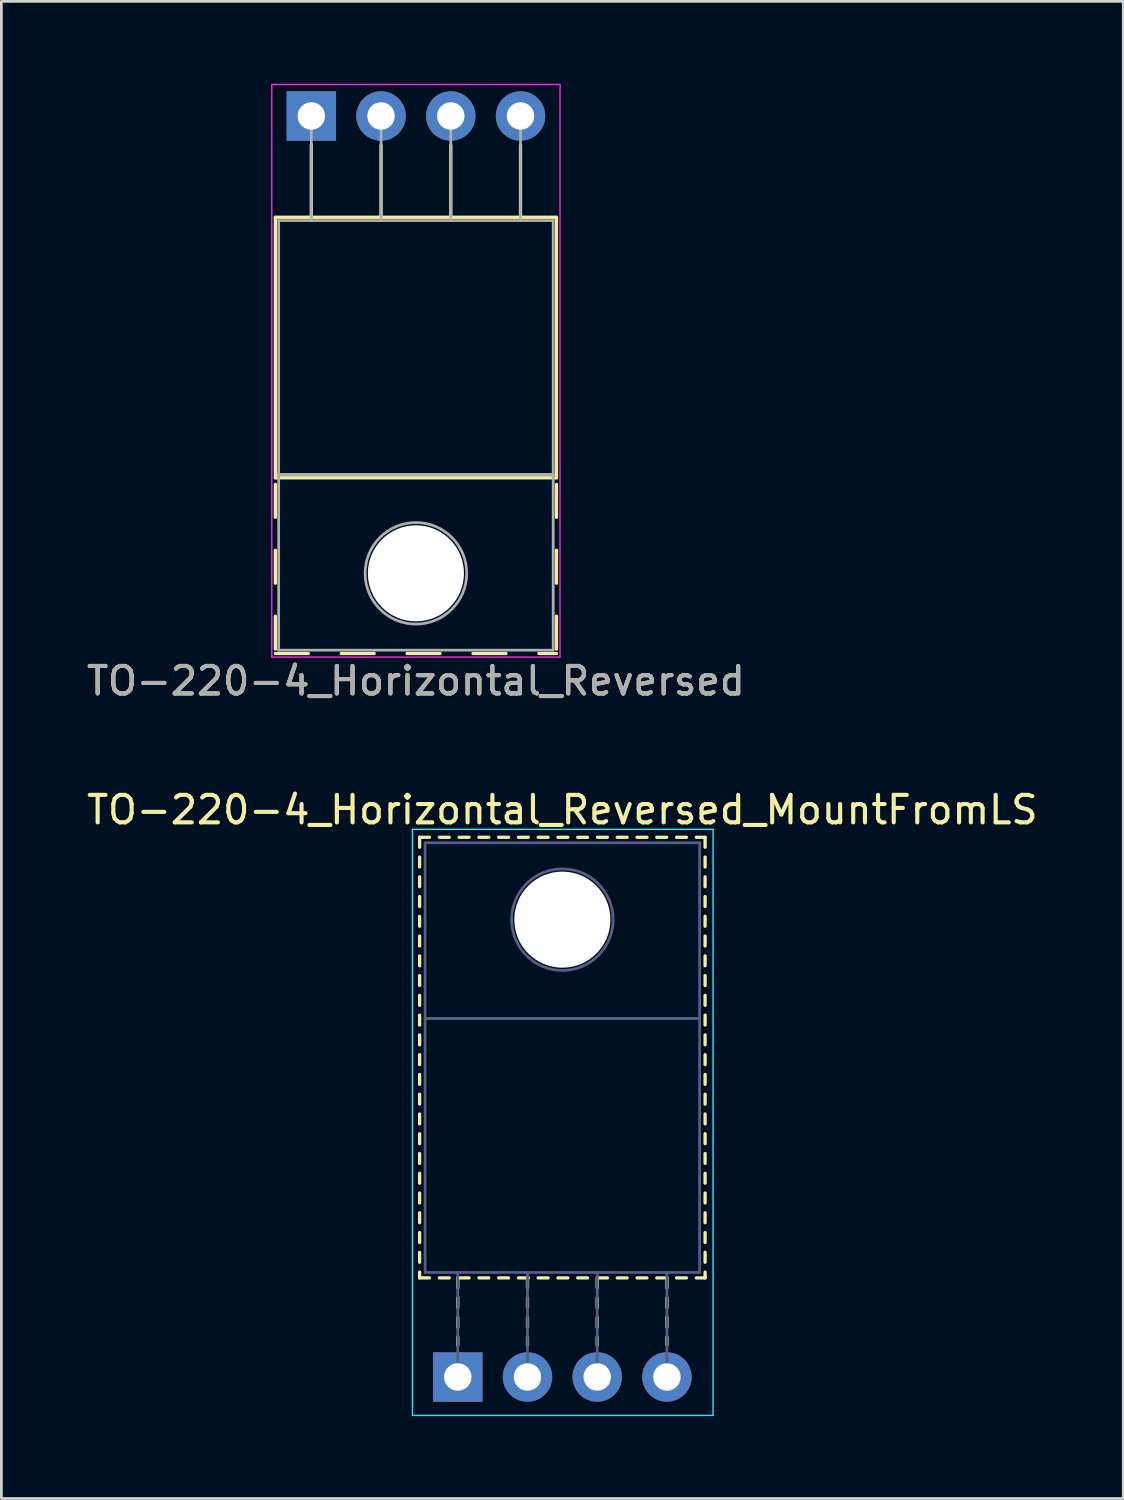
<source format=kicad_pcb>
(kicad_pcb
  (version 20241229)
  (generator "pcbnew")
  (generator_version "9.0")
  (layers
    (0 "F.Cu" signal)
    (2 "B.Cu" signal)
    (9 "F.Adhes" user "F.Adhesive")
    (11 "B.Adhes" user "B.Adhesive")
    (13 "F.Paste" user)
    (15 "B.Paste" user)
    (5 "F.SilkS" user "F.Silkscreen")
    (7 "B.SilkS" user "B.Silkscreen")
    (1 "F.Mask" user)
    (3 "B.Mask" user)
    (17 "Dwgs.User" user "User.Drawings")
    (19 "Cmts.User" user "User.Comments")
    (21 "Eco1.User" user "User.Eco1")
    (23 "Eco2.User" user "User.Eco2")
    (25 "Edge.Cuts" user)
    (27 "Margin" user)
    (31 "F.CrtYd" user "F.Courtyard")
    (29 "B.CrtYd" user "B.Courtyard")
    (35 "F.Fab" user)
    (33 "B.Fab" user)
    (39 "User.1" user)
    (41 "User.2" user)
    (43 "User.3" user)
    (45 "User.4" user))
  (footprint "TO-220-4_Horizontal_Reversed_MountFromLS"
    (layer "F.Cu")
    (at 13.625 47.111)
    (property "Reference" "TO-220-4_Horizontal_Reversed_MountFromLS" (at 3.81 -20.66 0) (layer "F.SilkS") (effects (font (size 1 1) (thickness 0.15))))
    (attr through_hole)
    (fp_line (start -1.39 -19.66) (end -1.39 -19.3) (stroke (width 0.12) (type solid)) (layer "F.SilkS"))
    (fp_line (start -1.39 -19.66) (end -1.03 -19.66) (stroke (width 0.12) (type solid)) (layer "F.SilkS"))
    (fp_line (start -1.39 -18.94) (end -1.39 -18.58) (stroke (width 0.12) (type solid)) (layer "F.SilkS"))
    (fp_line (start -1.39 -18.221) (end -1.39 -17.861) (stroke (width 0.12) (type solid)) (layer "F.SilkS"))
    (fp_line (start -1.39 -17.501) (end -1.39 -17.141) (stroke (width 0.12) (type solid)) (layer "F.SilkS"))
    (fp_line (start -1.39 -16.781) (end -1.39 -16.421) (stroke (width 0.12) (type solid)) (layer "F.SilkS"))
    (fp_line (start -1.39 -16.061) (end -1.39 -15.701) (stroke (width 0.12) (type solid)) (layer "F.SilkS"))
    (fp_line (start -1.39 -15.341) (end -1.39 -14.981) (stroke (width 0.12) (type solid)) (layer "F.SilkS"))
    (fp_line (start -1.39 -14.621) (end -1.39 -14.261) (stroke (width 0.12) (type solid)) (layer "F.SilkS"))
    (fp_line (start -1.39 -13.901) (end -1.39 -13.541) (stroke (width 0.12) (type solid)) (layer "F.SilkS"))
    (fp_line (start -1.39 -13.181) (end -1.39 -12.821) (stroke (width 0.12) (type solid)) (layer "F.SilkS"))
    (fp_line (start -1.39 -12.461) (end -1.39 -12.101) (stroke (width 0.12) (type solid)) (layer "F.SilkS"))
    (fp_line (start -1.39 -11.741) (end -1.39 -11.381) (stroke (width 0.12) (type solid)) (layer "F.SilkS"))
    (fp_line (start -1.39 -11.021) (end -1.39 -10.661) (stroke (width 0.12) (type solid)) (layer "F.SilkS"))
    (fp_line (start -1.39 -10.301) (end -1.39 -9.941) (stroke (width 0.12) (type solid)) (layer "F.SilkS"))
    (fp_line (start -1.39 -9.581) (end -1.39 -9.221) (stroke (width 0.12) (type solid)) (layer "F.SilkS"))
    (fp_line (start -1.39 -8.861) (end -1.39 -8.501) (stroke (width 0.12) (type solid)) (layer "F.SilkS"))
    (fp_line (start -1.39 -8.141) (end -1.39 -7.781) (stroke (width 0.12) (type solid)) (layer "F.SilkS"))
    (fp_line (start -1.39 -7.421) (end -1.39 -7.061) (stroke (width 0.12) (type solid)) (layer "F.SilkS"))
    (fp_line (start -1.39 -6.701) (end -1.39 -6.341) (stroke (width 0.12) (type solid)) (layer "F.SilkS"))
    (fp_line (start -1.39 -5.981) (end -1.39 -5.621) (stroke (width 0.12) (type solid)) (layer "F.SilkS"))
    (fp_line (start -1.39 -5.261) (end -1.39 -4.901) (stroke (width 0.12) (type solid)) (layer "F.SilkS"))
    (fp_line (start -1.39 -4.541) (end -1.39 -4.181) (stroke (width 0.12) (type solid)) (layer "F.SilkS"))
    (fp_line (start -1.39 -3.821) (end -1.39 -3.61) (stroke (width 0.12) (type solid)) (layer "F.SilkS"))
    (fp_line (start -1.39 -3.61) (end -1.03 -3.61) (stroke (width 0.12) (type solid)) (layer "F.SilkS"))
    (fp_line (start -0.67 -19.66) (end -0.31 -19.66) (stroke (width 0.12) (type solid)) (layer "F.SilkS"))
    (fp_line (start -0.67 -3.61) (end -0.31 -3.61) (stroke (width 0.12) (type solid)) (layer "F.SilkS"))
    (fp_line (start 0 -3.61) (end 0 -3.25) (stroke (width 0.12) (type solid)) (layer "F.SilkS"))
    (fp_line (start 0 -2.89) (end 0 -2.53) (stroke (width 0.12) (type solid)) (layer "F.SilkS"))
    (fp_line (start 0 -2.171) (end 0 -1.811) (stroke (width 0.12) (type solid)) (layer "F.SilkS"))
    (fp_line (start 0 -1.451) (end 0 -1.15) (stroke (width 0.12) (type solid)) (layer "F.SilkS"))
    (fp_line (start 0.051 -19.66) (end 0.411 -19.66) (stroke (width 0.12) (type solid)) (layer "F.SilkS"))
    (fp_line (start 0.051 -3.61) (end 0.411 -3.61) (stroke (width 0.12) (type solid)) (layer "F.SilkS"))
    (fp_line (start 0.771 -19.66) (end 1.13 -19.66) (stroke (width 0.12) (type solid)) (layer "F.SilkS"))
    (fp_line (start 0.771 -3.61) (end 1.13 -3.61) (stroke (width 0.12) (type solid)) (layer "F.SilkS"))
    (fp_line (start 1.491 -19.66) (end 1.85 -19.66) (stroke (width 0.12) (type solid)) (layer "F.SilkS"))
    (fp_line (start 1.491 -3.61) (end 1.85 -3.61) (stroke (width 0.12) (type solid)) (layer "F.SilkS"))
    (fp_line (start 2.21 -19.66) (end 2.57 -19.66) (stroke (width 0.12) (type solid)) (layer "F.SilkS"))
    (fp_line (start 2.21 -3.61) (end 2.57 -3.61) (stroke (width 0.12) (type solid)) (layer "F.SilkS"))
    (fp_line (start 2.54 -3.61) (end 2.54 -3.25) (stroke (width 0.12) (type solid)) (layer "F.SilkS"))
    (fp_line (start 2.54 -2.89) (end 2.54 -2.53) (stroke (width 0.12) (type solid)) (layer "F.SilkS"))
    (fp_line (start 2.54 -2.171) (end 2.54 -1.811) (stroke (width 0.12) (type solid)) (layer "F.SilkS"))
    (fp_line (start 2.54 -1.451) (end 2.54 -1.165) (stroke (width 0.12) (type solid)) (layer "F.SilkS"))
    (fp_line (start 2.93 -19.66) (end 3.29 -19.66) (stroke (width 0.12) (type solid)) (layer "F.SilkS"))
    (fp_line (start 2.93 -3.61) (end 3.29 -3.61) (stroke (width 0.12) (type solid)) (layer "F.SilkS"))
    (fp_line (start 3.65 -19.66) (end 4.01 -19.66) (stroke (width 0.12) (type solid)) (layer "F.SilkS"))
    (fp_line (start 3.65 -3.61) (end 4.01 -3.61) (stroke (width 0.12) (type solid)) (layer "F.SilkS"))
    (fp_line (start 4.37 -19.66) (end 4.73 -19.66) (stroke (width 0.12) (type solid)) (layer "F.SilkS"))
    (fp_line (start 4.37 -3.61) (end 4.73 -3.61) (stroke (width 0.12) (type solid)) (layer "F.SilkS"))
    (fp_line (start 5.08 -3.61) (end 5.08 -3.25) (stroke (width 0.12) (type solid)) (layer "F.SilkS"))
    (fp_line (start 5.08 -2.89) (end 5.08 -2.53) (stroke (width 0.12) (type solid)) (layer "F.SilkS"))
    (fp_line (start 5.08 -2.171) (end 5.08 -1.811) (stroke (width 0.12) (type solid)) (layer "F.SilkS"))
    (fp_line (start 5.08 -1.451) (end 5.08 -1.165) (stroke (width 0.12) (type solid)) (layer "F.SilkS"))
    (fp_line (start 5.091 -19.66) (end 5.451 -19.66) (stroke (width 0.12) (type solid)) (layer "F.SilkS"))
    (fp_line (start 5.091 -3.61) (end 5.451 -3.61) (stroke (width 0.12) (type solid)) (layer "F.SilkS"))
    (fp_line (start 5.811 -19.66) (end 6.171 -19.66) (stroke (width 0.12) (type solid)) (layer "F.SilkS"))
    (fp_line (start 5.811 -3.61) (end 6.171 -3.61) (stroke (width 0.12) (type solid)) (layer "F.SilkS"))
    (fp_line (start 6.531 -19.66) (end 6.891 -19.66) (stroke (width 0.12) (type solid)) (layer "F.SilkS"))
    (fp_line (start 6.531 -3.61) (end 6.891 -3.61) (stroke (width 0.12) (type solid)) (layer "F.SilkS"))
    (fp_line (start 7.251 -19.66) (end 7.611 -19.66) (stroke (width 0.12) (type solid)) (layer "F.SilkS"))
    (fp_line (start 7.251 -3.61) (end 7.611 -3.61) (stroke (width 0.12) (type solid)) (layer "F.SilkS"))
    (fp_line (start 7.62 -3.61) (end 7.62 -3.25) (stroke (width 0.12) (type solid)) (layer "F.SilkS"))
    (fp_line (start 7.62 -2.89) (end 7.62 -2.53) (stroke (width 0.12) (type solid)) (layer "F.SilkS"))
    (fp_line (start 7.62 -2.171) (end 7.62 -1.811) (stroke (width 0.12) (type solid)) (layer "F.SilkS"))
    (fp_line (start 7.62 -1.451) (end 7.62 -1.165) (stroke (width 0.12) (type solid)) (layer "F.SilkS"))
    (fp_line (start 7.971 -19.66) (end 8.331 -19.66) (stroke (width 0.12) (type solid)) (layer "F.SilkS"))
    (fp_line (start 7.971 -3.61) (end 8.331 -3.61) (stroke (width 0.12) (type solid)) (layer "F.SilkS"))
    (fp_line (start 8.691 -19.66) (end 9.01 -19.66) (stroke (width 0.12) (type solid)) (layer "F.SilkS"))
    (fp_line (start 8.691 -3.61) (end 9.01 -3.61) (stroke (width 0.12) (type solid)) (layer "F.SilkS"))
    (fp_line (start 9.01 -19.66) (end 9.01 -19.3) (stroke (width 0.12) (type solid)) (layer "F.SilkS"))
    (fp_line (start 9.01 -18.94) (end 9.01 -18.58) (stroke (width 0.12) (type solid)) (layer "F.SilkS"))
    (fp_line (start 9.01 -18.221) (end 9.01 -17.861) (stroke (width 0.12) (type solid)) (layer "F.SilkS"))
    (fp_line (start 9.01 -17.501) (end 9.01 -17.141) (stroke (width 0.12) (type solid)) (layer "F.SilkS"))
    (fp_line (start 9.01 -16.781) (end 9.01 -16.421) (stroke (width 0.12) (type solid)) (layer "F.SilkS"))
    (fp_line (start 9.01 -16.061) (end 9.01 -15.701) (stroke (width 0.12) (type solid)) (layer "F.SilkS"))
    (fp_line (start 9.01 -15.341) (end 9.01 -14.981) (stroke (width 0.12) (type solid)) (layer "F.SilkS"))
    (fp_line (start 9.01 -14.621) (end 9.01 -14.261) (stroke (width 0.12) (type solid)) (layer "F.SilkS"))
    (fp_line (start 9.01 -13.901) (end 9.01 -13.541) (stroke (width 0.12) (type solid)) (layer "F.SilkS"))
    (fp_line (start 9.01 -13.181) (end 9.01 -12.821) (stroke (width 0.12) (type solid)) (layer "F.SilkS"))
    (fp_line (start 9.01 -12.461) (end 9.01 -12.101) (stroke (width 0.12) (type solid)) (layer "F.SilkS"))
    (fp_line (start 9.01 -11.741) (end 9.01 -11.381) (stroke (width 0.12) (type solid)) (layer "F.SilkS"))
    (fp_line (start 9.01 -11.021) (end 9.01 -10.661) (stroke (width 0.12) (type solid)) (layer "F.SilkS"))
    (fp_line (start 9.01 -10.301) (end 9.01 -9.941) (stroke (width 0.12) (type solid)) (layer "F.SilkS"))
    (fp_line (start 9.01 -9.581) (end 9.01 -9.221) (stroke (width 0.12) (type solid)) (layer "F.SilkS"))
    (fp_line (start 9.01 -8.861) (end 9.01 -8.501) (stroke (width 0.12) (type solid)) (layer "F.SilkS"))
    (fp_line (start 9.01 -8.141) (end 9.01 -7.781) (stroke (width 0.12) (type solid)) (layer "F.SilkS"))
    (fp_line (start 9.01 -7.421) (end 9.01 -7.061) (stroke (width 0.12) (type solid)) (layer "F.SilkS"))
    (fp_line (start 9.01 -6.701) (end 9.01 -6.341) (stroke (width 0.12) (type solid)) (layer "F.SilkS"))
    (fp_line (start 9.01 -5.981) (end 9.01 -5.621) (stroke (width 0.12) (type solid)) (layer "F.SilkS"))
    (fp_line (start 9.01 -5.261) (end 9.01 -4.901) (stroke (width 0.12) (type solid)) (layer "F.SilkS"))
    (fp_line (start 9.01 -4.541) (end 9.01 -4.181) (stroke (width 0.12) (type solid)) (layer "F.SilkS"))
    (fp_line (start 9.01 -3.821) (end 9.01 -3.61) (stroke (width 0.12) (type solid)) (layer "F.SilkS"))
    (fp_line (start -1.65 -19.95) (end -1.65 1.4) (stroke (width 0.05) (type solid)) (layer "B.CrtYd"))
    (fp_line (start -1.65 1.4) (end 9.3 1.4) (stroke (width 0.05) (type solid)) (layer "B.CrtYd"))
    (fp_line (start 9.3 -19.95) (end -1.65 -19.95) (stroke (width 0.05) (type solid)) (layer "B.CrtYd"))
    (fp_line (start 9.3 1.4) (end 9.3 -19.95) (stroke (width 0.05) (type solid)) (layer "B.CrtYd"))
    (fp_line (start -1.19 -19.46) (end 8.81 -19.46) (stroke (width 0.1) (type solid)) (layer "B.Fab"))
    (fp_line (start -1.19 -13.06) (end -1.19 -19.46) (stroke (width 0.1) (type solid)) (layer "B.Fab"))
    (fp_line (start -1.19 -13.06) (end 8.81 -13.06) (stroke (width 0.1) (type solid)) (layer "B.Fab"))
    (fp_line (start -1.19 -3.81) (end -1.19 -13.06) (stroke (width 0.1) (type solid)) (layer "B.Fab"))
    (fp_line (start 0 -3.81) (end 0 0) (stroke (width 0.1) (type solid)) (layer "B.Fab"))
    (fp_line (start 2.54 -3.81) (end 2.54 0) (stroke (width 0.1) (type solid)) (layer "B.Fab"))
    (fp_line (start 5.08 -3.81) (end 5.08 0) (stroke (width 0.1) (type solid)) (layer "B.Fab"))
    (fp_line (start 7.62 -3.81) (end 7.62 0) (stroke (width 0.1) (type solid)) (layer "B.Fab"))
    (fp_line (start 8.81 -19.46) (end 8.81 -13.06) (stroke (width 0.1) (type solid)) (layer "B.Fab"))
    (fp_line (start 8.81 -13.06) (end -1.19 -13.06) (stroke (width 0.1) (type solid)) (layer "B.Fab"))
    (fp_line (start 8.81 -13.06) (end 8.81 -3.81) (stroke (width 0.1) (type solid)) (layer "B.Fab"))
    (fp_line (start 8.81 -3.81) (end -1.19 -3.81) (stroke (width 0.1) (type solid)) (layer "B.Fab"))
    (fp_circle (center 3.81 -16.66) (end 5.66 -16.66) (stroke (width 0.1) (type solid)) (fill no) (layer "B.Fab"))
    (pad "" np_thru_hole oval (at 3.81 -16.66) (size 3.5 3.5) (drill 3.5) (layers "*.Cu" "*.Mask"))
    (pad "1" thru_hole rect (at 0 0) (size 1.8 1.8) (drill 1) (layers "*.Cu" "*.Mask"))
    (pad "2" thru_hole oval (at 2.54 0) (size 1.8 1.8) (drill 1) (layers "*.Cu" "*.Mask"))
    (pad "3" thru_hole oval (at 5.08 0) (size 1.8 1.8) (drill 1) (layers "*.Cu" "*.Mask"))
    (pad "4" thru_hole oval (at 7.62 0) (size 1.8 1.8) (drill 1) (layers "*.Cu" "*.Mask")))
  (footprint "TO-220-4_Horizontal_Reversed"
    (layer "F.Cu")
    (at 8.291 1.175)
    (property "Reference" "TO-220-4_Horizontal_Reversed" (at 3.81 20.58 0) (layer "F.SilkS") (effects (font (size 1 1) (thickness 0.15))))
    (attr through_hole)
    (fp_line (start -1.31 3.69) (end -1.31 13.18) (stroke (width 0.12) (type solid)) (layer "F.SilkS"))
    (fp_line (start -1.31 3.69) (end 8.93 3.69) (stroke (width 0.12) (type solid)) (layer "F.SilkS"))
    (fp_line (start -1.31 13.18) (end 8.93 13.18) (stroke (width 0.12) (type solid)) (layer "F.SilkS"))
    (fp_line (start -1.31 13.42) (end -1.31 14.62) (stroke (width 0.12) (type solid)) (layer "F.SilkS"))
    (fp_line (start -1.31 15.82) (end -1.31 17.02) (stroke (width 0.12) (type solid)) (layer "F.SilkS"))
    (fp_line (start -1.31 18.22) (end -1.31 19.42) (stroke (width 0.12) (type solid)) (layer "F.SilkS"))
    (fp_line (start -1.31 19.58) (end -0.111 19.58) (stroke (width 0.12) (type solid)) (layer "F.SilkS"))
    (fp_line (start 0 1.05) (end 0 3.69) (stroke (width 0.12) (type solid)) (layer "F.SilkS"))
    (fp_line (start 1.09 19.58) (end 2.29 19.58) (stroke (width 0.12) (type solid)) (layer "F.SilkS"))
    (fp_line (start 2.54 1.066) (end 2.54 3.69) (stroke (width 0.12) (type solid)) (layer "F.SilkS"))
    (fp_line (start 3.49 19.58) (end 4.69 19.58) (stroke (width 0.12) (type solid)) (layer "F.SilkS"))
    (fp_line (start 5.08 1.066) (end 5.08 3.69) (stroke (width 0.12) (type solid)) (layer "F.SilkS"))
    (fp_line (start 5.89 19.58) (end 7.091 19.58) (stroke (width 0.12) (type solid)) (layer "F.SilkS"))
    (fp_line (start 7.62 1.066) (end 7.62 3.69) (stroke (width 0.12) (type solid)) (layer "F.SilkS"))
    (fp_line (start 8.29 19.58) (end 8.93 19.58) (stroke (width 0.12) (type solid)) (layer "F.SilkS"))
    (fp_line (start 8.93 3.69) (end 8.93 13.18) (stroke (width 0.12) (type solid)) (layer "F.SilkS"))
    (fp_line (start 8.93 13.42) (end 8.93 14.62) (stroke (width 0.12) (type solid)) (layer "F.SilkS"))
    (fp_line (start 8.93 15.82) (end 8.93 17.02) (stroke (width 0.12) (type solid)) (layer "F.SilkS"))
    (fp_line (start 8.93 18.22) (end 8.93 19.42) (stroke (width 0.12) (type solid)) (layer "F.SilkS"))
    (fp_line (start -1.44 -1.15) (end -1.44 19.71) (stroke (width 0.05) (type solid)) (layer "F.CrtYd"))
    (fp_line (start -1.44 19.71) (end 9.06 19.71) (stroke (width 0.05) (type solid)) (layer "F.CrtYd"))
    (fp_line (start 9.06 -1.15) (end -1.44 -1.15) (stroke (width 0.05) (type solid)) (layer "F.CrtYd"))
    (fp_line (start 9.06 19.71) (end 9.06 -1.15) (stroke (width 0.05) (type solid)) (layer "F.CrtYd"))
    (fp_line (start -1.19 3.81) (end -1.19 13.06) (stroke (width 0.1) (type solid)) (layer "F.Fab"))
    (fp_line (start -1.19 13.06) (end -1.19 19.46) (stroke (width 0.1) (type solid)) (layer "F.Fab"))
    (fp_line (start -1.19 13.06) (end 8.81 13.06) (stroke (width 0.1) (type solid)) (layer "F.Fab"))
    (fp_line (start -1.19 19.46) (end 8.81 19.46) (stroke (width 0.1) (type solid)) (layer "F.Fab"))
    (fp_line (start 0 3.81) (end 0 0) (stroke (width 0.1) (type solid)) (layer "F.Fab"))
    (fp_line (start 2.54 3.81) (end 2.54 0) (stroke (width 0.1) (type solid)) (layer "F.Fab"))
    (fp_line (start 5.08 3.81) (end 5.08 0) (stroke (width 0.1) (type solid)) (layer "F.Fab"))
    (fp_line (start 7.62 3.81) (end 7.62 0) (stroke (width 0.1) (type solid)) (layer "F.Fab"))
    (fp_line (start 8.81 3.81) (end -1.19 3.81) (stroke (width 0.1) (type solid)) (layer "F.Fab"))
    (fp_line (start 8.81 13.06) (end -1.19 13.06) (stroke (width 0.1) (type solid)) (layer "F.Fab"))
    (fp_line (start 8.81 13.06) (end 8.81 3.81) (stroke (width 0.1) (type solid)) (layer "F.Fab"))
    (fp_line (start 8.81 19.46) (end 8.81 13.06) (stroke (width 0.1) (type solid)) (layer "F.Fab"))
    (fp_circle (center 3.81 16.66) (end 5.66 16.66) (stroke (width 0.1) (type solid)) (fill no) (layer "F.Fab"))
    (fp_text user "${REFERENCE}" (at 3.81 20.58 0) (layer "F.Fab") (effects (font (size 1 1) (thickness 0.15))))
    (pad "" np_thru_hole oval (at 3.81 16.66) (size 3.5 3.5) (drill 3.5) (layers "*.Cu" "*.Mask"))
    (pad "1" thru_hole rect (at 0 0) (size 1.8 1.8) (drill 1) (layers "*.Cu" "*.Mask"))
    (pad "2" thru_hole oval (at 2.54 0) (size 1.8 1.8) (drill 1) (layers "*.Cu" "*.Mask"))
    (pad "3" thru_hole oval (at 5.08 0) (size 1.8 1.8) (drill 1) (layers "*.Cu" "*.Mask"))
    (pad "4" thru_hole oval (at 7.62 0) (size 1.8 1.8) (drill 1) (layers "*.Cu" "*.Mask")))
  (gr_rect
    (start -3 -3)
    (end 37.869 51.536)
    (stroke (width 0.1) (type default))
    (fill no)
    (layer "Edge.Cuts")))
</source>
